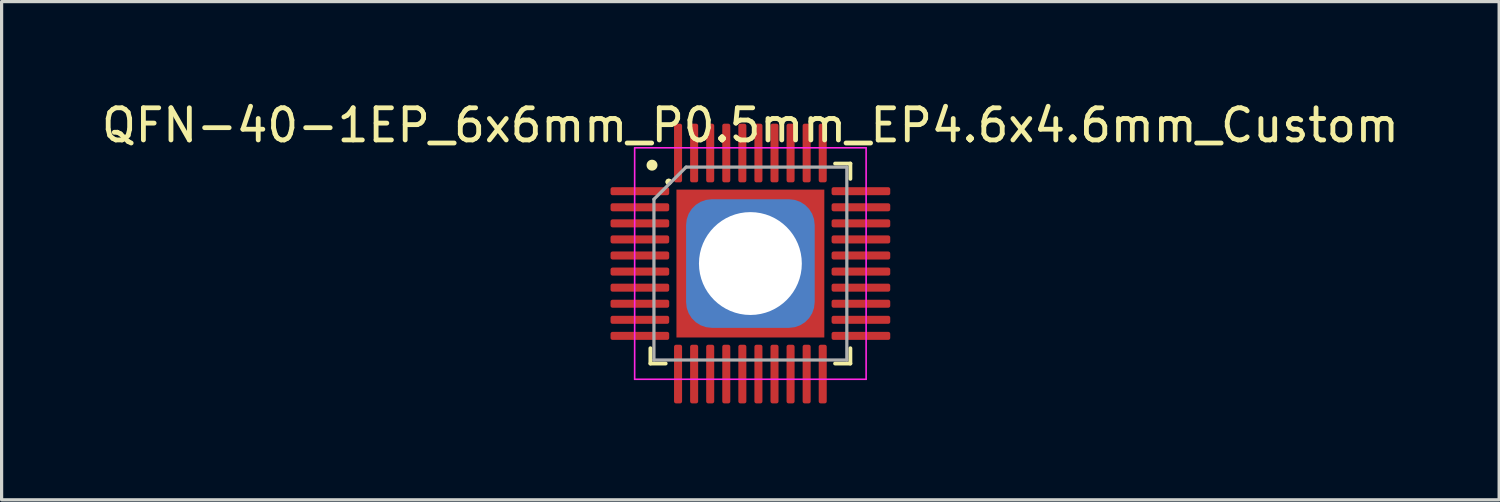
<source format=kicad_pcb>
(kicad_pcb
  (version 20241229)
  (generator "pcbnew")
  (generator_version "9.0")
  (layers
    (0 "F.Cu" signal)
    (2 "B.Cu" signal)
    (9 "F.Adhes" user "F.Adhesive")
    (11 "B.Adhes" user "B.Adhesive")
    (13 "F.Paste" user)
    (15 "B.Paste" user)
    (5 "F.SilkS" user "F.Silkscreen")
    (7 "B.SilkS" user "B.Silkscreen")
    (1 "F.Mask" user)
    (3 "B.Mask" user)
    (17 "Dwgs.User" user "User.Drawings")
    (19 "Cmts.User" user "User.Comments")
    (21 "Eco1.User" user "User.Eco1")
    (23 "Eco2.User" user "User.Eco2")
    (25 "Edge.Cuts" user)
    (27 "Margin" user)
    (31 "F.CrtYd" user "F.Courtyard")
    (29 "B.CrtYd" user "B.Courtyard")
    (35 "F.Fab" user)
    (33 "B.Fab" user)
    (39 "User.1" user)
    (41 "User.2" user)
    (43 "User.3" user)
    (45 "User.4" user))
  (footprint "QFN-40-1EP_6x6mm_P0.5mm_EP4.6x4.6mm_Custom"
    (layer "F.Cu")
    (at 20.292 5.148)
    (property "Reference" "QFN-40-1EP_6x6mm_P0.5mm_EP4.6x4.6mm_Custom" (at 0 -4.3 180) (layer "F.SilkS") (effects (font (size 1 1) (thickness 0.15))))
    (attr smd)
    (fp_line (start -3.11 3.11) (end -3.11 2.635) (stroke (width 0.12) (type solid)) (layer "F.SilkS"))
    (fp_line (start -2.635 3.11) (end -3.11 3.11) (stroke (width 0.12) (type solid)) (layer "F.SilkS"))
    (fp_line (start 2.635 -3.11) (end 3.11 -3.11) (stroke (width 0.12) (type solid)) (layer "F.SilkS"))
    (fp_line (start 2.635 3.11) (end 3.11 3.11) (stroke (width 0.12) (type solid)) (layer "F.SilkS"))
    (fp_line (start 3.11 -3.11) (end 3.11 -2.635) (stroke (width 0.12) (type solid)) (layer "F.SilkS"))
    (fp_line (start 3.11 3.11) (end 3.11 2.635) (stroke (width 0.12) (type solid)) (layer "F.SilkS"))
    (fp_circle (center -3.06 -3.06) (end -2.94 -3.06) (stroke (width 0.1) (type solid)) (fill yes) (layer "F.SilkS"))
    (fp_circle (center -2.54 -2.54) (end -2.54 -2.54) (stroke (width 0.1) (type default)) (fill no) (layer "F.SilkS"))
    (fp_circle (center -2.54 -2.54) (end -2.54 -2.54) (stroke (width 0.1) (type default)) (fill no) (layer "F.SilkS"))
    (fp_line (start -3.6 -3.6) (end -3.6 3.6) (stroke (width 0.05) (type solid)) (layer "F.CrtYd"))
    (fp_line (start -3.6 3.6) (end 3.6 3.6) (stroke (width 0.05) (type solid)) (layer "F.CrtYd"))
    (fp_line (start 3.6 -3.6) (end -3.6 -3.6) (stroke (width 0.05) (type solid)) (layer "F.CrtYd"))
    (fp_line (start 3.6 3.6) (end 3.6 -3.6) (stroke (width 0.05) (type solid)) (layer "F.CrtYd"))
    (fp_line (start -3 -2) (end -2 -3) (stroke (width 0.1) (type solid)) (layer "F.Fab"))
    (fp_line (start -3 3) (end -3 -2) (stroke (width 0.1) (type solid)) (layer "F.Fab"))
    (fp_line (start -2 -3) (end 3 -3) (stroke (width 0.1) (type solid)) (layer "F.Fab"))
    (fp_line (start 3 -3) (end 3 3) (stroke (width 0.1) (type solid)) (layer "F.Fab"))
    (fp_line (start 3 3) (end -3 3) (stroke (width 0.1) (type solid)) (layer "F.Fab"))
    (pad "" smd roundrect (at -1.725 -1.725) (size 0.93 0.93) (layers "F.Paste") (roundrect_rratio 0.25))
    (pad "" smd roundrect (at -1.725 -0.575) (size 0.93 0.93) (layers "F.Paste") (roundrect_rratio 0.25))
    (pad "" smd roundrect (at -1.725 0.575) (size 0.93 0.93) (layers "F.Paste") (roundrect_rratio 0.25))
    (pad "" smd roundrect (at -1.725 1.725) (size 0.93 0.93) (layers "F.Paste") (roundrect_rratio 0.25))
    (pad "" smd roundrect (at -0.575 -1.725) (size 0.93 0.93) (layers "F.Paste") (roundrect_rratio 0.25))
    (pad "" smd roundrect (at -0.575 -0.575) (size 0.93 0.93) (layers "F.Paste") (roundrect_rratio 0.25))
    (pad "" smd roundrect (at -0.575 0.575) (size 0.93 0.93) (layers "F.Paste") (roundrect_rratio 0.25))
    (pad "" smd roundrect (at -0.575 1.725) (size 0.93 0.93) (layers "F.Paste") (roundrect_rratio 0.25))
    (pad "" smd roundrect (at 0.575 -1.725) (size 0.93 0.93) (layers "F.Paste") (roundrect_rratio 0.25))
    (pad "" smd roundrect (at 0.575 -0.575) (size 0.93 0.93) (layers "F.Paste") (roundrect_rratio 0.25))
    (pad "" smd roundrect (at 0.575 0.575) (size 0.93 0.93) (layers "F.Paste") (roundrect_rratio 0.25))
    (pad "" smd roundrect (at 0.575 1.725) (size 0.93 0.93) (layers "F.Paste") (roundrect_rratio 0.25))
    (pad "" smd roundrect (at 1.725 -1.725) (size 0.93 0.93) (layers "F.Paste") (roundrect_rratio 0.25))
    (pad "" smd roundrect (at 1.725 -0.575) (size 0.93 0.93) (layers "F.Paste") (roundrect_rratio 0.25))
    (pad "" smd roundrect (at 1.725 0.575) (size 0.93 0.93) (layers "F.Paste") (roundrect_rratio 0.25))
    (pad "" smd roundrect (at 1.725 1.725) (size 0.93 0.93) (layers "F.Paste") (roundrect_rratio 0.25))
    (pad "1" smd roundrect (at -3.438 -2.25) (size 1.825 0.25) (layers "F.Cu" "F.Mask" "F.Paste") (roundrect_rratio 0.25))
    (pad "2" smd roundrect (at -3.438 -1.75) (size 1.825 0.25) (layers "F.Cu" "F.Mask" "F.Paste") (roundrect_rratio 0.25))
    (pad "3" smd roundrect (at -3.438 -1.25) (size 1.825 0.25) (layers "F.Cu" "F.Mask" "F.Paste") (roundrect_rratio 0.25))
    (pad "4" smd roundrect (at -3.438 -0.75) (size 1.825 0.25) (layers "F.Cu" "F.Mask" "F.Paste") (roundrect_rratio 0.25))
    (pad "5" smd roundrect (at -3.438 -0.25) (size 1.825 0.25) (layers "F.Cu" "F.Mask" "F.Paste") (roundrect_rratio 0.25))
    (pad "6" smd roundrect (at -3.438 0.25) (size 1.825 0.25) (layers "F.Cu" "F.Mask" "F.Paste") (roundrect_rratio 0.25))
    (pad "7" smd roundrect (at -3.438 0.75) (size 1.825 0.25) (layers "F.Cu" "F.Mask" "F.Paste") (roundrect_rratio 0.25))
    (pad "8" smd roundrect (at -3.438 1.25) (size 1.825 0.25) (layers "F.Cu" "F.Mask" "F.Paste") (roundrect_rratio 0.25))
    (pad "9" smd roundrect (at -3.438 1.75) (size 1.825 0.25) (layers "F.Cu" "F.Mask" "F.Paste") (roundrect_rratio 0.25))
    (pad "10" smd roundrect (at -3.438 2.25) (size 1.825 0.25) (layers "F.Cu" "F.Mask" "F.Paste") (roundrect_rratio 0.25))
    (pad "11" smd roundrect (at -2.25 3.438) (size 0.25 1.825) (layers "F.Cu" "F.Mask" "F.Paste") (roundrect_rratio 0.25))
    (pad "12" smd roundrect (at -1.75 3.438) (size 0.25 1.825) (layers "F.Cu" "F.Mask" "F.Paste") (roundrect_rratio 0.25))
    (pad "13" smd roundrect (at -1.25 3.438) (size 0.25 1.825) (layers "F.Cu" "F.Mask" "F.Paste") (roundrect_rratio 0.25))
    (pad "14" smd roundrect (at -0.75 3.438) (size 0.25 1.825) (layers "F.Cu" "F.Mask" "F.Paste") (roundrect_rratio 0.25))
    (pad "15" smd roundrect (at -0.25 3.438) (size 0.25 1.825) (layers "F.Cu" "F.Mask" "F.Paste") (roundrect_rratio 0.25))
    (pad "16" smd roundrect (at 0.25 3.438) (size 0.25 1.825) (layers "F.Cu" "F.Mask" "F.Paste") (roundrect_rratio 0.25))
    (pad "17" smd roundrect (at 0.75 3.438) (size 0.25 1.825) (layers "F.Cu" "F.Mask" "F.Paste") (roundrect_rratio 0.25))
    (pad "18" smd roundrect (at 1.25 3.438) (size 0.25 1.825) (layers "F.Cu" "F.Mask" "F.Paste") (roundrect_rratio 0.25))
    (pad "19" smd roundrect (at 1.75 3.438) (size 0.25 1.825) (layers "F.Cu" "F.Mask" "F.Paste") (roundrect_rratio 0.25))
    (pad "20" smd roundrect (at 2.25 3.438) (size 0.25 1.825) (layers "F.Cu" "F.Mask" "F.Paste") (roundrect_rratio 0.25))
    (pad "21" smd roundrect (at 3.438 2.25) (size 1.825 0.25) (layers "F.Cu" "F.Mask" "F.Paste") (roundrect_rratio 0.25))
    (pad "22" smd roundrect (at 3.438 1.75) (size 1.825 0.25) (layers "F.Cu" "F.Mask" "F.Paste") (roundrect_rratio 0.25))
    (pad "23" smd roundrect (at 3.438 1.25) (size 1.825 0.25) (layers "F.Cu" "F.Mask" "F.Paste") (roundrect_rratio 0.25))
    (pad "24" smd roundrect (at 3.438 0.75) (size 1.825 0.25) (layers "F.Cu" "F.Mask" "F.Paste") (roundrect_rratio 0.25))
    (pad "25" smd roundrect (at 3.438 0.25) (size 1.825 0.25) (layers "F.Cu" "F.Mask" "F.Paste") (roundrect_rratio 0.25))
    (pad "26" smd roundrect (at 3.438 -0.25) (size 1.825 0.25) (layers "F.Cu" "F.Mask" "F.Paste") (roundrect_rratio 0.25))
    (pad "27" smd roundrect (at 3.438 -0.75) (size 1.825 0.25) (layers "F.Cu" "F.Mask" "F.Paste") (roundrect_rratio 0.25))
    (pad "28" smd roundrect (at 3.438 -1.25) (size 1.825 0.25) (layers "F.Cu" "F.Mask" "F.Paste") (roundrect_rratio 0.25))
    (pad "29" smd roundrect (at 3.438 -1.75) (size 1.825 0.25) (layers "F.Cu" "F.Mask" "F.Paste") (roundrect_rratio 0.25))
    (pad "30" smd roundrect (at 3.438 -2.25) (size 1.825 0.25) (layers "F.Cu" "F.Mask" "F.Paste") (roundrect_rratio 0.25))
    (pad "31" smd roundrect (at 2.25 -3.438) (size 0.25 1.825) (layers "F.Cu" "F.Mask" "F.Paste") (roundrect_rratio 0.25))
    (pad "32" smd roundrect (at 1.75 -3.438) (size 0.25 1.825) (layers "F.Cu" "F.Mask" "F.Paste") (roundrect_rratio 0.25))
    (pad "33" smd roundrect (at 1.25 -3.438) (size 0.25 1.825) (layers "F.Cu" "F.Mask" "F.Paste") (roundrect_rratio 0.25))
    (pad "34" smd roundrect (at 0.75 -3.438) (size 0.25 1.825) (layers "F.Cu" "F.Mask" "F.Paste") (roundrect_rratio 0.25))
    (pad "35" smd roundrect (at 0.25 -3.438) (size 0.25 1.825) (layers "F.Cu" "F.Mask" "F.Paste") (roundrect_rratio 0.25))
    (pad "36" smd roundrect (at -0.25 -3.438) (size 0.25 1.825) (layers "F.Cu" "F.Mask" "F.Paste") (roundrect_rratio 0.25))
    (pad "37" smd roundrect (at -0.75 -3.438) (size 0.25 1.825) (layers "F.Cu" "F.Mask" "F.Paste") (roundrect_rratio 0.25))
    (pad "38" smd roundrect (at -1.25 -3.438) (size 0.25 1.825) (layers "F.Cu" "F.Mask" "F.Paste") (roundrect_rratio 0.25))
    (pad "39" smd roundrect (at -1.75 -3.438) (size 0.25 1.825) (layers "F.Cu" "F.Mask" "F.Paste") (roundrect_rratio 0.25))
    (pad "40" smd roundrect (at -2.25 -3.438) (size 0.25 1.825) (layers "F.Cu" "F.Mask" "F.Paste") (roundrect_rratio 0.25))
    (pad "41" thru_hole roundrect (at 0 0) (size 4 4) (drill 3.2) (layers "*.Cu" "*.Mask") (roundrect_rratio 0.2))
    (pad "41" smd rect (at 0 0) (size 4.6 4.6) (layers "F.Cu" "F.Mask")))
  (gr_rect
    (start -3 -3)
    (end 43.583 12.498)
    (stroke (width 0.1) (type default))
    (fill no)
    (layer "Edge.Cuts")))
</source>
